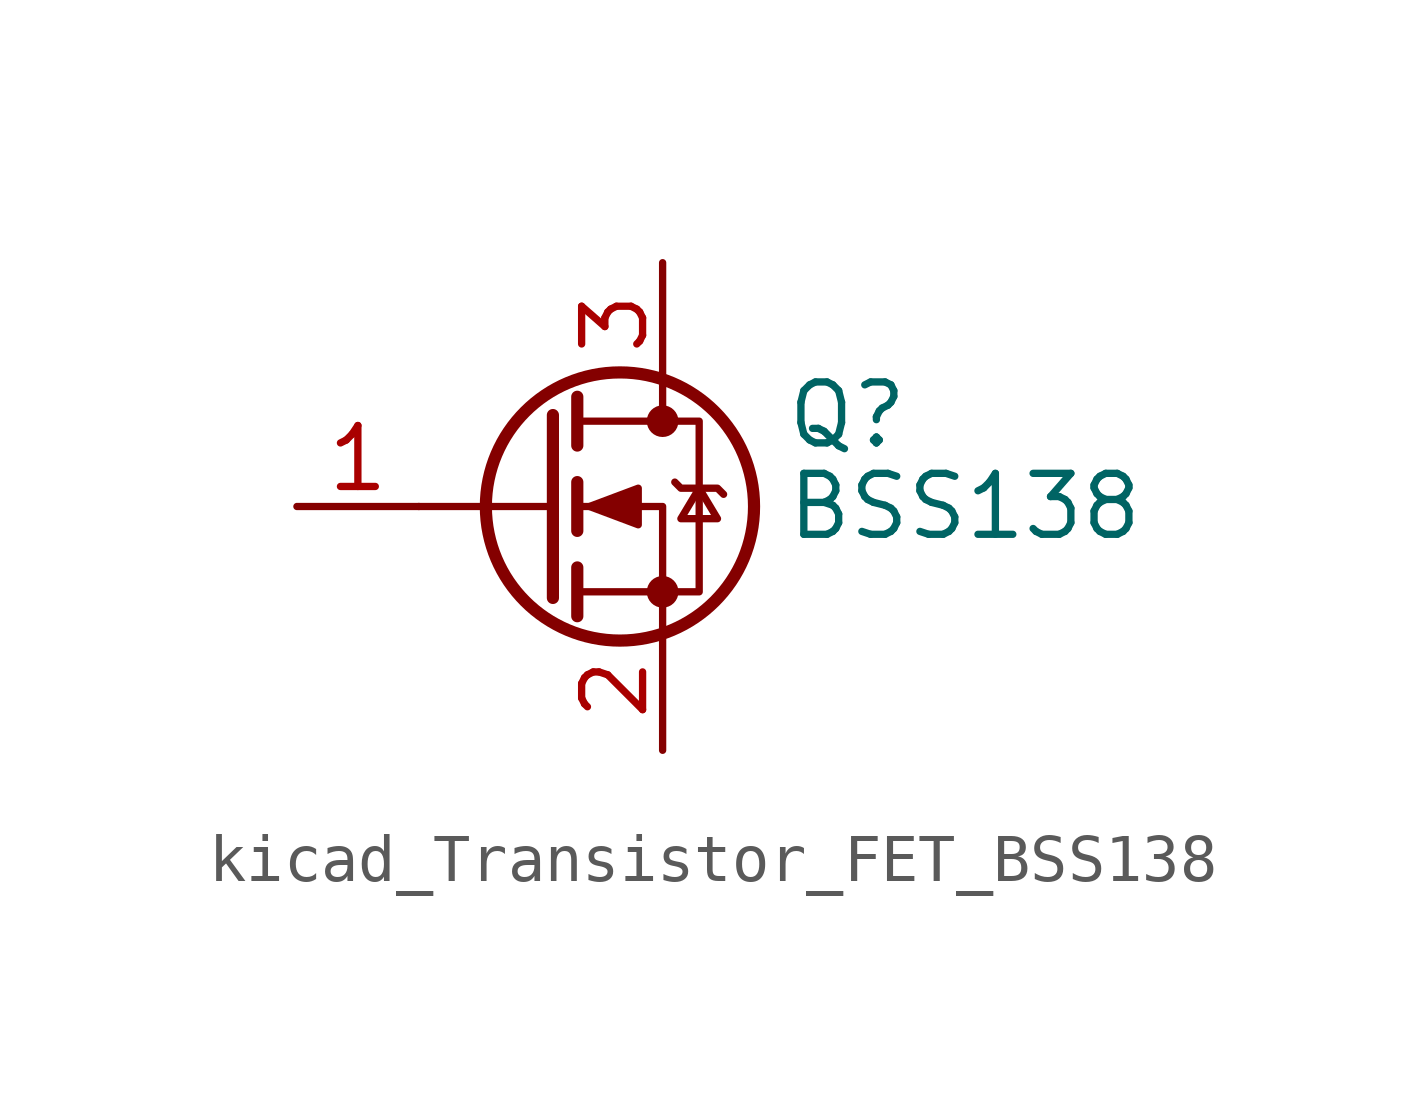
<source format=kicad_sym>
(kicad_symbol_lib
  (version 20220914)
  (generator kicad_symbol_editor)
  (symbol "kicad_Transistor_FET_BSS138"
    (pin_names hide)
    (property "Reference" "Q"
      (at 5.08 1.905 0)
      (effects (font (size 1.27 1.27)) (justify left)))
    (property "Value" "BSS138"
      (at 5.08 0 0)
      (effects (font (size 1.27 1.27)) (justify left)))
    (symbol "kicad_Transistor_FET_BSS138_0_1"
      (polyline (pts (xy 0.254 0) (xy -2.54 0)) (stroke (width 0) (type default)) (fill (type none)))
      (polyline (pts (xy 0.254 1.905) (xy 0.254 -1.905)) (stroke (width 0.254) (type default)) (fill (type none)))
      (polyline (pts (xy 0.762 -1.27) (xy 0.762 -2.286)) (stroke (width 0.254) (type default)) (fill (type none)))
      (polyline (pts (xy 0.762 0.508) (xy 0.762 -0.508)) (stroke (width 0.254) (type default)) (fill (type none)))
      (polyline (pts (xy 0.762 2.286) (xy 0.762 1.27)) (stroke (width 0.254) (type default)) (fill (type none)))
      (polyline (pts (xy 2.54 2.54) (xy 2.54 1.778)) (stroke (width 0) (type default)) (fill (type none)))
      (polyline (pts (xy 2.54 -2.54) (xy 2.54 0) (xy 0.762 0)) (stroke (width 0) (type default)) (fill (type none)))
      (polyline (pts (xy 0.762 -1.778) (xy 3.302 -1.778) (xy 3.302 1.778) (xy 0.762 1.778)) (stroke (width 0) (type default)) (fill (type none)))
      (polyline (pts (xy 1.016 0) (xy 2.032 0.381) (xy 2.032 -0.381) (xy 1.016 0)) (stroke (width 0) (type default)) (fill (type outline)))
      (polyline (pts (xy 2.794 0.508) (xy 2.921 0.381) (xy 3.683 0.381) (xy 3.81 0.254)) (stroke (width 0) (type default)) (fill (type none)))
      (polyline (pts (xy 3.302 0.381) (xy 2.921 -0.254) (xy 3.683 -0.254) (xy 3.302 0.381)) (stroke (width 0) (type default)) (fill (type none)))
      (circle (center 1.651 0) (radius 2.794) (stroke (width 0.254) (type default)) (fill (type none)))
      (circle (center 2.54 -1.778) (radius 0.254) (stroke (width 0) (type default)) (fill (type outline)))
      (circle (center 2.54 1.778) (radius 0.254) (stroke (width 0) (type default)) (fill (type outline))))
    (symbol "kicad_Transistor_FET_BSS138_1_1"
      (pin input line (at -5.08 0 0) (length 2.54) (name "G" (effects (font (size 1.27 1.27)))) (number "1" (effects (font (size 1.27 1.27)))))
      (pin passive line (at 2.54 -5.08 90) (length 2.54) (name "S" (effects (font (size 1.27 1.27)))) (number "2" (effects (font (size 1.27 1.27)))))
      (pin passive line (at 2.54 5.08 270) (length 2.54) (name "D" (effects (font (size 1.27 1.27)))) (number "3" (effects (font (size 1.27 1.27))))))))
</source>
